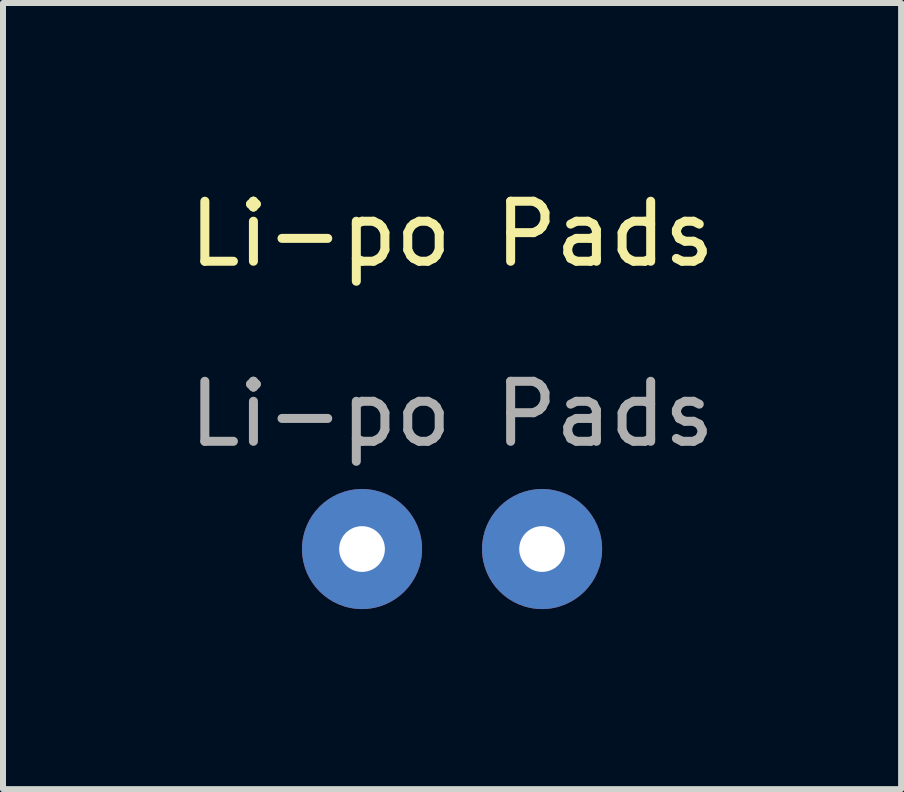
<source format=kicad_pcb>
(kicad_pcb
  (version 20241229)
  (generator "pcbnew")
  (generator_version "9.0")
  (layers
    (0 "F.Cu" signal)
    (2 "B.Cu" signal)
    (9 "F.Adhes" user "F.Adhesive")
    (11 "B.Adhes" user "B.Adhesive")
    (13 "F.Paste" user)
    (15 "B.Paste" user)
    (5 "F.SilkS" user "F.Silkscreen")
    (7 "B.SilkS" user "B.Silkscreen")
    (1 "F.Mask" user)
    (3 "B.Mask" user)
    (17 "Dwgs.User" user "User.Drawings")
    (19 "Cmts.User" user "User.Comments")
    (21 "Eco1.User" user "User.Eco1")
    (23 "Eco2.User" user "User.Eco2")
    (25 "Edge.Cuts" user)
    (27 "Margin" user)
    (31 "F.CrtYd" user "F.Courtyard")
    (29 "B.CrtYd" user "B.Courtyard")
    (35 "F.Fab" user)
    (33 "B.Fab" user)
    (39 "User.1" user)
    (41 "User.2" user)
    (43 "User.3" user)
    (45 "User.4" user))
  (footprint "Li-po Pads"
    (layer "F.Cu")
    (at 5.982 6.098)
    (property "Reference" "Li-po Pads" (at -1.5 -5.25 0) (unlocked yes) (layer "F.SilkS") (effects (font (size 1 1) (thickness 0.15))))
    (attr through_hole)
    (fp_text user "${REFERENCE}" (at -1.5 -2.25 0) (unlocked yes) (layer "F.Fab") (effects (font (size 1 1) (thickness 0.15))))
    (pad "1" thru_hole circle (at -3 0) (size 2 2) (drill 0.762) (layers "*.Cu" "*.Mask"))
    (pad "2" thru_hole circle (at 0 0) (size 2 2) (drill 0.762) (layers "*.Cu" "*.Mask")))
  (gr_rect
    (start -3 -3)
    (end 11.964 10.098)
    (stroke (width 0.1) (type default))
    (fill no)
    (layer "Edge.Cuts")))
</source>
